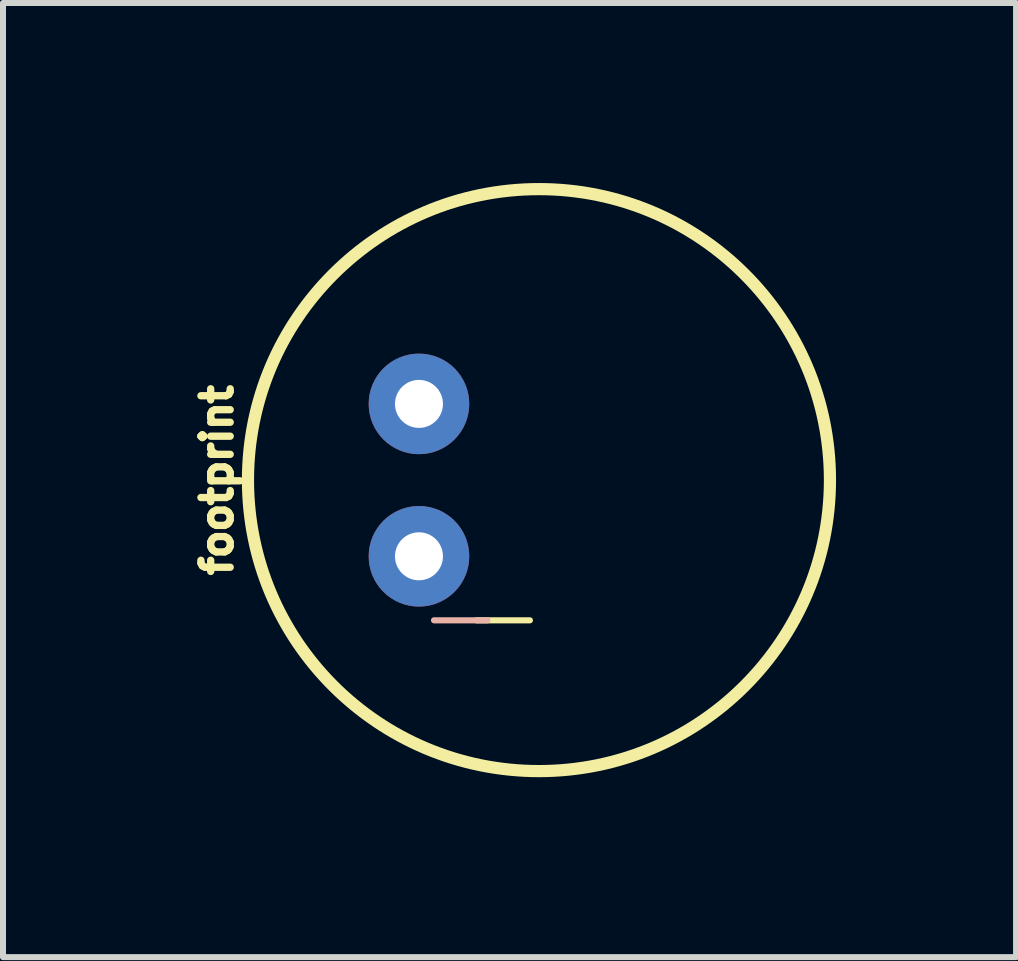
<source format=kicad_pcb>
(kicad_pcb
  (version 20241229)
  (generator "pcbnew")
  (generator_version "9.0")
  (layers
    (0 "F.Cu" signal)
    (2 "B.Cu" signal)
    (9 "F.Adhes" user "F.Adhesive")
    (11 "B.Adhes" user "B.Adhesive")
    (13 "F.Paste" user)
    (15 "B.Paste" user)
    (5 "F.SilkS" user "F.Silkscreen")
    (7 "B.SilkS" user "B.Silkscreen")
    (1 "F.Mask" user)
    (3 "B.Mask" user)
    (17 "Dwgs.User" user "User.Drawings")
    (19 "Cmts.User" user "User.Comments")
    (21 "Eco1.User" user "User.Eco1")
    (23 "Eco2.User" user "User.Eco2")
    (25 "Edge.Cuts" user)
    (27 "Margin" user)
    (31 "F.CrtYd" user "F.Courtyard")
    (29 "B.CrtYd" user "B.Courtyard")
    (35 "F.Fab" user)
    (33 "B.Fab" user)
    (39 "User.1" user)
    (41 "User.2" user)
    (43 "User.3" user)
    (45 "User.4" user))
  (footprint "footprint"
    (layer "F.Cu")
    (at 5.933 4.952)
    (property "Reference" "footprint" (at -5.08 0 90) (layer "F.SilkS") (effects (font (size 0.488 0.488) (thickness 0.122)) (justify bottom)))
    (fp_circle (center 0 0) (end 4.85 0) (stroke (width 0.203) (type solid)) (fill no) (layer "F.SilkS"))
    (fp_text user "-" (at -1.386 2.93 0) (layer "F.SilkS") (effects (font (size 1.168 1.168) (thickness 0.102)) (justify left bottom)))
    (fp_text user "-" (at -0.514 2.93 0) (layer "B.SilkS") (effects (font (size 1.168 1.168) (thickness 0.102)) (justify left bottom mirror)))
    (pad "1" thru_hole circle (at -2 -1.27) (size 1.676 1.676) (drill 0.8) (layers "*.Cu" "*.Mask"))
    (pad "2" thru_hole circle (at -2 1.27) (size 1.676 1.676) (drill 0.8) (layers "*.Cu" "*.Mask")))
  (gr_rect
    (start -3 -3)
    (end 13.885 12.903)
    (stroke (width 0.1) (type default))
    (fill no)
    (layer "Edge.Cuts")))
</source>
